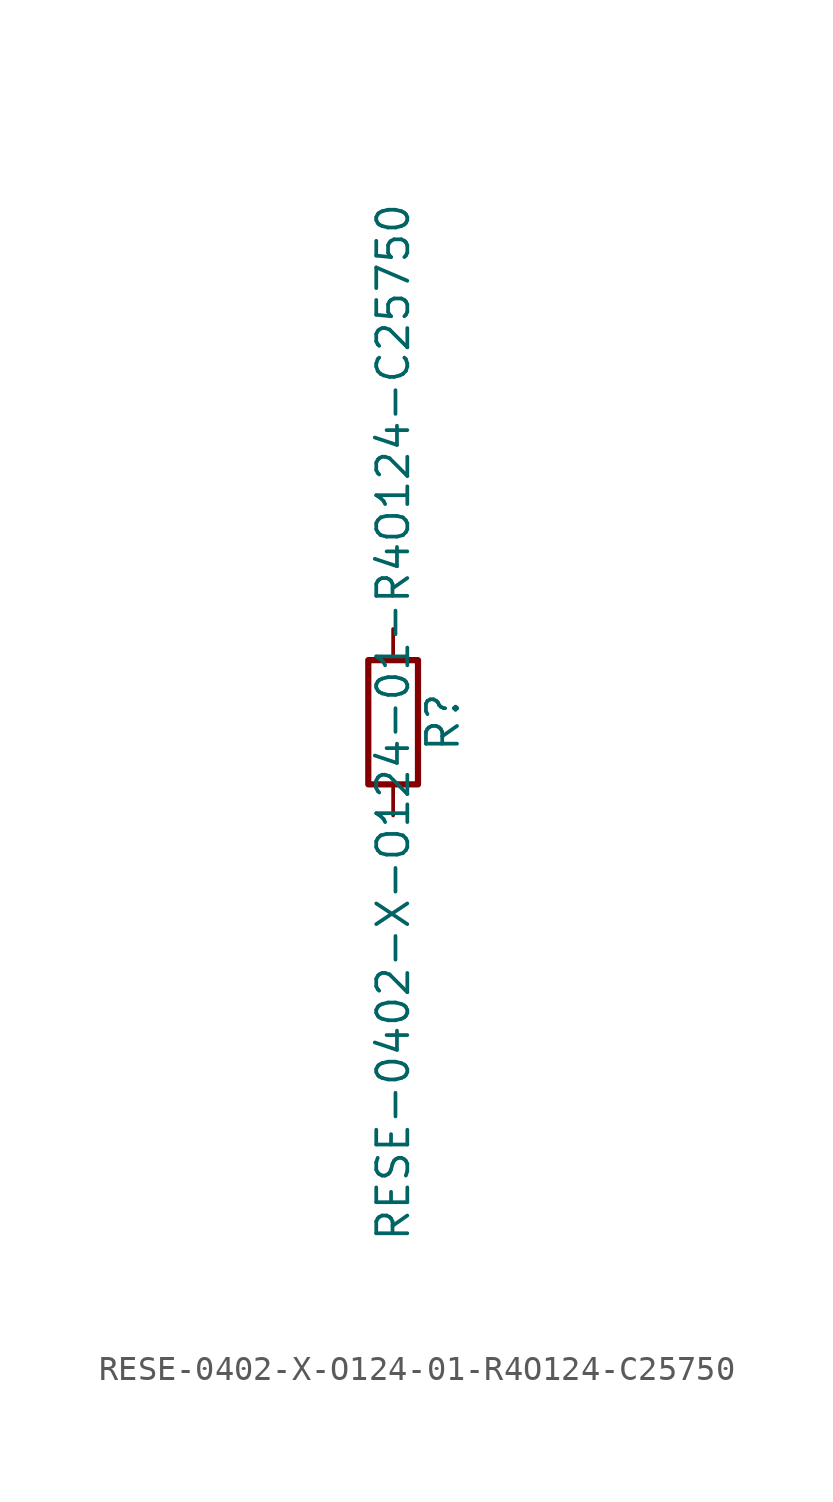
<source format=kicad_sym>
(kicad_symbol_lib
  (version 20211014)
  (generator kicad_symbol_editor)
  (symbol "RESE-0402-X-O124-01-R4O124-C25750"
    (pin_numbers hide)
    (pin_names
      (offset 0))
    (property "Reference" "R"
      (at 2.032 0 90)
      (effects (font (size 1.27 1.27))))
    (property "Value" "RESE-0402-X-O124-01-R4O124-C25750"
      (at 0 0 90)
      (effects (font (size 1.27 1.27))))
    (symbol "RESE-0402-X-O124-01-R4O124-C25750_0_1"
      (rectangle (start -1.016 -2.54) (end 1.016 2.54) (stroke (width 0.254) (type default) (color 0 0 0 0)) (fill (type none))))
    (symbol "RESE-0402-X-O124-01-R4O124-C25750_1_1"
      (pin passive line (at 0 3.81 270) (length 1.27) (name "~" (effects (font (size 1.27 1.27)))) (number "1" (effects (font (size 1.27 1.27)))))
      (pin passive line (at 0 -3.81 90) (length 1.27) (name "~" (effects (font (size 1.27 1.27)))) (number "2" (effects (font (size 1.27 1.27))))))))
</source>
